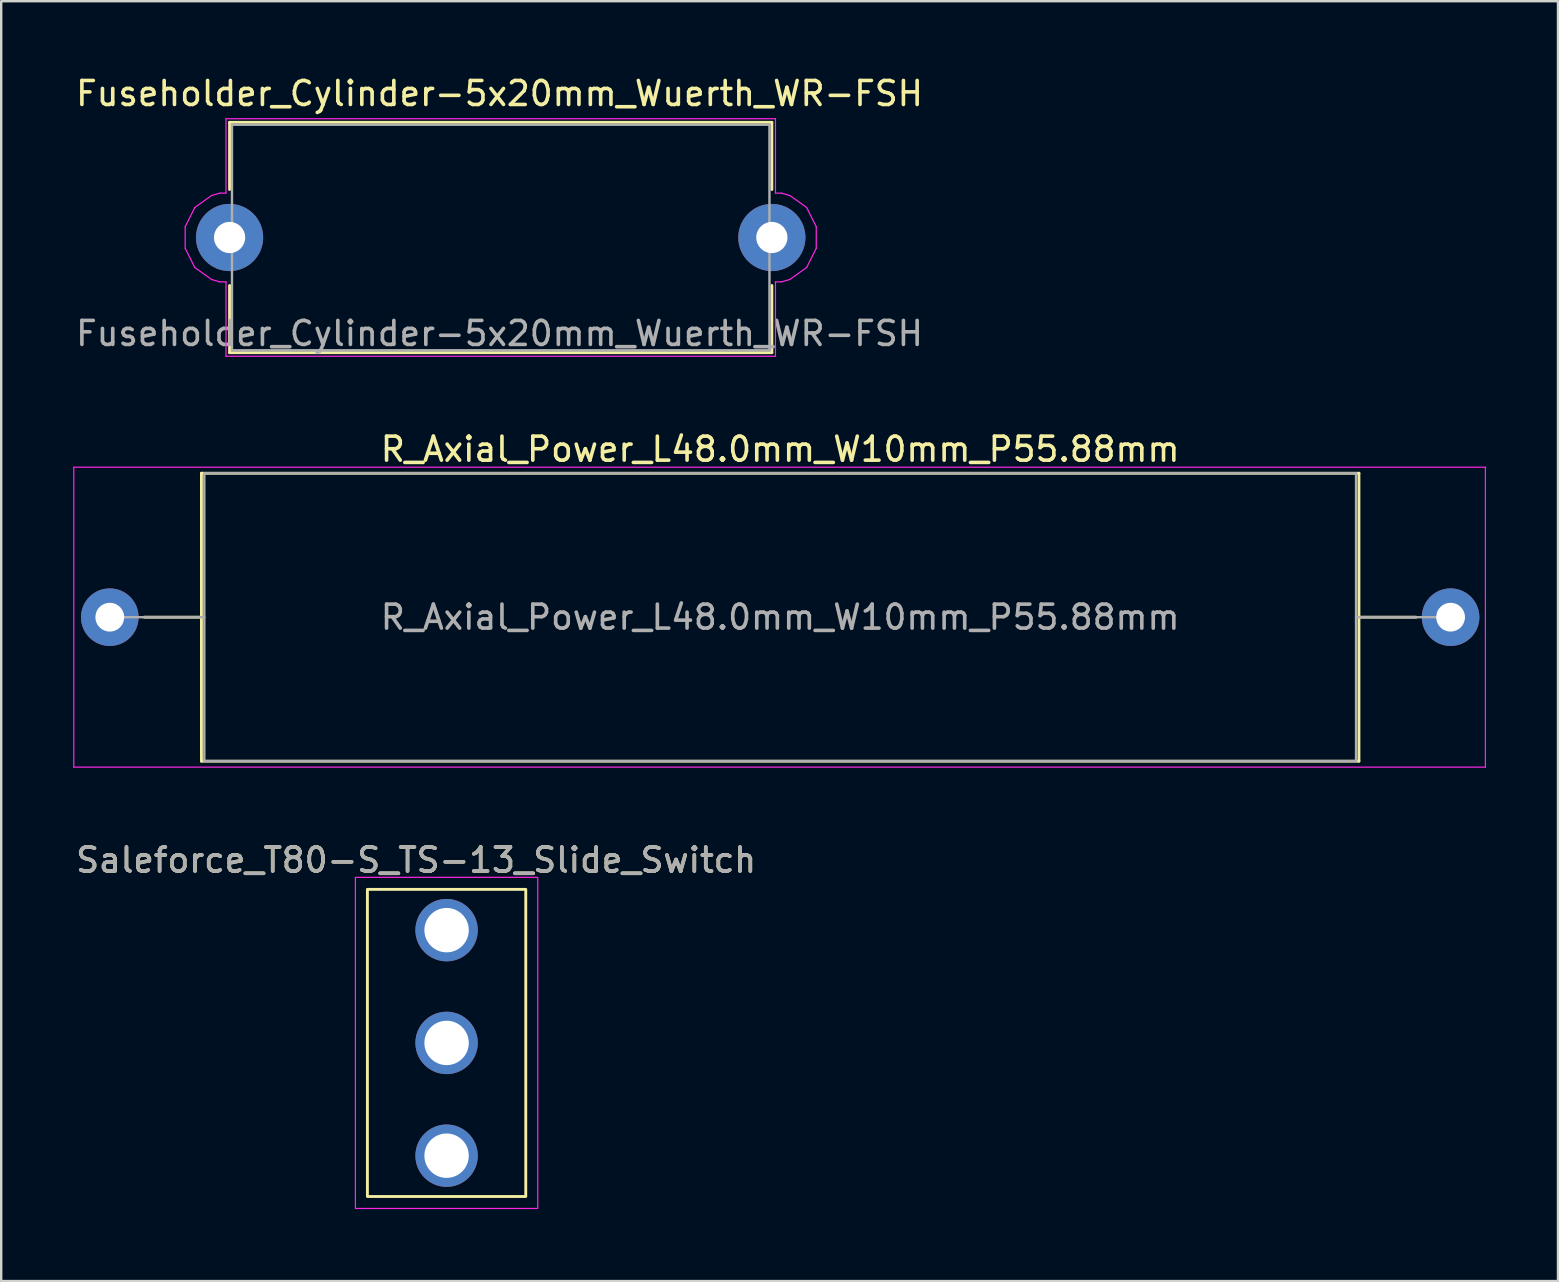
<source format=kicad_pcb>
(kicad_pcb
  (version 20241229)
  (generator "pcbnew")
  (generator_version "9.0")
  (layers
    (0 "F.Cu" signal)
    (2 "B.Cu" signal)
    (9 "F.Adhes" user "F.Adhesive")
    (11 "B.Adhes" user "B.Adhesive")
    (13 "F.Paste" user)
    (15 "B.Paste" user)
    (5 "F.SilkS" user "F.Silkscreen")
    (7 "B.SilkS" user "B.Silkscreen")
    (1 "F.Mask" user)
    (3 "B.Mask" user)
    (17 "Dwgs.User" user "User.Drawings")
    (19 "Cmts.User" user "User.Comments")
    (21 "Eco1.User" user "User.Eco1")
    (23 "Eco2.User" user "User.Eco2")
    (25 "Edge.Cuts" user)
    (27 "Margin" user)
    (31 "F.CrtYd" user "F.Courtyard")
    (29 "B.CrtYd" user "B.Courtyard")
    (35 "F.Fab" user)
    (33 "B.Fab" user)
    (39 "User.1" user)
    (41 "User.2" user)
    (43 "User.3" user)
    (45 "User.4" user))
  (footprint "Saleforce_T80-S_TS-13_Slide_Switch"
    (layer "F.Cu")
    (at 15.562 40.415)
    (property "Reference" "Saleforce_T80-S_TS-13_Slide_Switch" (at -1.27 -7.62 0) (unlocked yes) (layer "F.SilkS") (effects (font (size 1 1) (thickness 0.15))))
    (attr through_hole)
    (fp_rect (start -3.3 -6.4) (end 3.3 6.4) (stroke (width 0.12) (type solid)) (fill no) (layer "F.SilkS"))
    (fp_rect (start -3.8 -6.9) (end 3.8 6.9) (stroke (width 0.05) (type solid)) (fill no) (layer "F.CrtYd"))
    (fp_text user "${REFERENCE}" (at -1.27 -7.62 0) (unlocked yes) (layer "F.Fab") (effects (font (size 1 1) (thickness 0.15))))
    (pad "1" thru_hole circle (at 0 -4.7) (size 2.6 2.6) (drill 1.85) (layers "*.Cu" "*.Mask"))
    (pad "2" thru_hole circle (at 0 0) (size 2.6 2.6) (drill 1.85) (layers "*.Cu" "*.Mask"))
    (pad "3" thru_hole circle (at 0 4.7) (size 2.6 2.6) (drill 1.85) (layers "*.Cu" "*.Mask")))
  (footprint "Fuseholder_Cylinder-5x20mm_Wuerth_WR-FSH"
    (layer "F.Cu")
    (at 6.518 6.848)
    (property "Reference" "Fuseholder_Cylinder-5x20mm_Wuerth_WR-FSH" (at 11.25 -6 0) (layer "F.SilkS") (effects (font (size 1 1) (thickness 0.15))))
    (attr through_hole)
    (fp_line (start 0 -4.8) (end 22.6 -4.8) (stroke (width 0.12) (type solid)) (layer "F.SilkS"))
    (fp_line (start 0 -2) (end 0 -4.8) (stroke (width 0.12) (type solid)) (layer "F.SilkS"))
    (fp_line (start 0 4.8) (end 0 2) (stroke (width 0.12) (type solid)) (layer "F.SilkS"))
    (fp_line (start 0 4.8) (end 22.6 4.8) (stroke (width 0.12) (type solid)) (layer "F.SilkS"))
    (fp_line (start 22.6 -2) (end 22.6 -4.8) (stroke (width 0.12) (type solid)) (layer "F.SilkS"))
    (fp_line (start 22.6 4.8) (end 22.6 2) (stroke (width 0.12) (type solid)) (layer "F.SilkS"))
    (fp_line (start -1.85 -0.45) (end -1.85 0.45) (stroke (width 0.05) (type solid)) (layer "F.CrtYd"))
    (fp_line (start -1.85 -0.45) (end -1.45 -1.25) (stroke (width 0.05) (type solid)) (layer "F.CrtYd"))
    (fp_line (start -1.45 1.25) (end -1.85 0.45) (stroke (width 0.05) (type solid)) (layer "F.CrtYd"))
    (fp_line (start -1.45 1.25) (end -0.75 1.75) (stroke (width 0.05) (type solid)) (layer "F.CrtYd"))
    (fp_line (start -0.75 -1.75) (end -1.45 -1.25) (stroke (width 0.05) (type solid)) (layer "F.CrtYd"))
    (fp_line (start -0.75 1.75) (end -0.4 1.85) (stroke (width 0.05) (type solid)) (layer "F.CrtYd"))
    (fp_line (start -0.4 -1.85) (end -0.75 -1.75) (stroke (width 0.05) (type solid)) (layer "F.CrtYd"))
    (fp_line (start -0.4 1.85) (end -0.15 1.85) (stroke (width 0.05) (type solid)) (layer "F.CrtYd"))
    (fp_line (start -0.15 -4.95) (end 22.75 -4.95) (stroke (width 0.05) (type solid)) (layer "F.CrtYd"))
    (fp_line (start -0.15 -1.85) (end -0.4 -1.85) (stroke (width 0.05) (type solid)) (layer "F.CrtYd"))
    (fp_line (start -0.15 -1.85) (end -0.15 -4.95) (stroke (width 0.05) (type solid)) (layer "F.CrtYd"))
    (fp_line (start -0.15 4.95) (end -0.15 1.85) (stroke (width 0.05) (type solid)) (layer "F.CrtYd"))
    (fp_line (start 22.75 -1.85) (end 22.75 -4.95) (stroke (width 0.05) (type solid)) (layer "F.CrtYd"))
    (fp_line (start 22.75 -1.85) (end 23 -1.85) (stroke (width 0.05) (type solid)) (layer "F.CrtYd"))
    (fp_line (start 22.75 1.85) (end 22.75 4.95) (stroke (width 0.05) (type solid)) (layer "F.CrtYd"))
    (fp_line (start 22.75 1.85) (end 23 1.85) (stroke (width 0.05) (type solid)) (layer "F.CrtYd"))
    (fp_line (start 22.75 4.95) (end -0.15 4.95) (stroke (width 0.05) (type solid)) (layer "F.CrtYd"))
    (fp_line (start 23 1.85) (end 23.35 1.75) (stroke (width 0.05) (type solid)) (layer "F.CrtYd"))
    (fp_line (start 23.35 -1.75) (end 23 -1.85) (stroke (width 0.05) (type solid)) (layer "F.CrtYd"))
    (fp_line (start 23.35 1.75) (end 24.05 1.25) (stroke (width 0.05) (type solid)) (layer "F.CrtYd"))
    (fp_line (start 24.05 -1.25) (end 23.35 -1.75) (stroke (width 0.05) (type solid)) (layer "F.CrtYd"))
    (fp_line (start 24.05 1.25) (end 24.45 0.45) (stroke (width 0.05) (type solid)) (layer "F.CrtYd"))
    (fp_line (start 24.45 -0.45) (end 24.05 -1.25) (stroke (width 0.05) (type solid)) (layer "F.CrtYd"))
    (fp_line (start 24.45 0.45) (end 24.45 -0.45) (stroke (width 0.05) (type solid)) (layer "F.CrtYd"))
    (fp_line (start 0.1 -4.7) (end 0.1 4.7) (stroke (width 0.1) (type solid)) (layer "F.Fab"))
    (fp_line (start 0.1 4.7) (end 22.5 4.7) (stroke (width 0.1) (type solid)) (layer "F.Fab"))
    (fp_line (start 22.5 -4.7) (end 0.1 -4.7) (stroke (width 0.1) (type solid)) (layer "F.Fab"))
    (fp_line (start 22.5 4.7) (end 22.5 -4.7) (stroke (width 0.1) (type solid)) (layer "F.Fab"))
    (fp_text user "${REFERENCE}" (at 11.25 4 0) (layer "F.Fab") (effects (font (size 1 1) (thickness 0.15))))
    (pad "1" thru_hole circle (at 0 0) (size 2.8 2.8) (drill 1.3) (layers "*.Cu" "*.Mask"))
    (pad "2" thru_hole circle (at 22.6 0) (size 2.8 2.8) (drill 1.3) (layers "*.Cu" "*.Mask")))
  (footprint "R_Axial_Power_L48.0mm_W10mm_P55.88mm"
    (layer "F.Cu")
    (at 1.525 22.672)
    (property "Reference" "R_Axial_Power_L48.0mm_W10mm_P55.88mm" (at 27.94 -7 0) (layer "F.SilkS") (effects (font (size 1 1) (thickness 0.15))))
    (attr through_hole)
    (fp_line (start 1.44 0) (end 3.82 0) (stroke (width 0.12) (type solid)) (layer "F.SilkS"))
    (fp_line (start 3.82 -6) (end 3.82 6) (stroke (width 0.12) (type solid)) (layer "F.SilkS"))
    (fp_line (start 3.82 6) (end 52.06 6) (stroke (width 0.12) (type solid)) (layer "F.SilkS"))
    (fp_line (start 52.06 -6) (end 3.82 -6) (stroke (width 0.12) (type solid)) (layer "F.SilkS"))
    (fp_line (start 52.06 6) (end 52.06 -6) (stroke (width 0.12) (type solid)) (layer "F.SilkS"))
    (fp_line (start 54.44 0) (end 52.06 0) (stroke (width 0.12) (type solid)) (layer "F.SilkS"))
    (fp_line (start -1.5 -6.25) (end -1.5 6.25) (stroke (width 0.05) (type solid)) (layer "F.CrtYd"))
    (fp_line (start -1.5 6.25) (end 57.33 6.25) (stroke (width 0.05) (type solid)) (layer "F.CrtYd"))
    (fp_line (start 57.33 -6.25) (end -1.5 -6.25) (stroke (width 0.05) (type solid)) (layer "F.CrtYd"))
    (fp_line (start 57.33 6.25) (end 57.33 -6.25) (stroke (width 0.05) (type solid)) (layer "F.CrtYd"))
    (fp_line (start 0 0) (end 3.94 0) (stroke (width 0.1) (type solid)) (layer "F.Fab"))
    (fp_line (start 3.94 -6) (end 3.94 6) (stroke (width 0.1) (type solid)) (layer "F.Fab"))
    (fp_line (start 3.94 6) (end 51.94 6) (stroke (width 0.1) (type solid)) (layer "F.Fab"))
    (fp_line (start 51.94 -6) (end 3.94 -6) (stroke (width 0.1) (type solid)) (layer "F.Fab"))
    (fp_line (start 51.94 6) (end 51.94 -6) (stroke (width 0.1) (type solid)) (layer "F.Fab"))
    (fp_line (start 55.88 0) (end 51.94 0) (stroke (width 0.1) (type solid)) (layer "F.Fab"))
    (fp_text user "${REFERENCE}" (at 27.94 0 0) (layer "F.Fab") (effects (font (size 1 1) (thickness 0.15))))
    (pad "1" thru_hole circle (at 0 0) (size 2.4 2.4) (drill 1.2) (layers "*.Cu" "*.Mask"))
    (pad "2" thru_hole oval (at 55.88 0) (size 2.4 2.4) (drill 1.2) (layers "*.Cu" "*.Mask")))
  (gr_rect
    (start -3 -3)
    (end 61.88 50.34)
    (stroke (width 0.1) (type default))
    (fill no)
    (layer "Edge.Cuts")))
</source>
